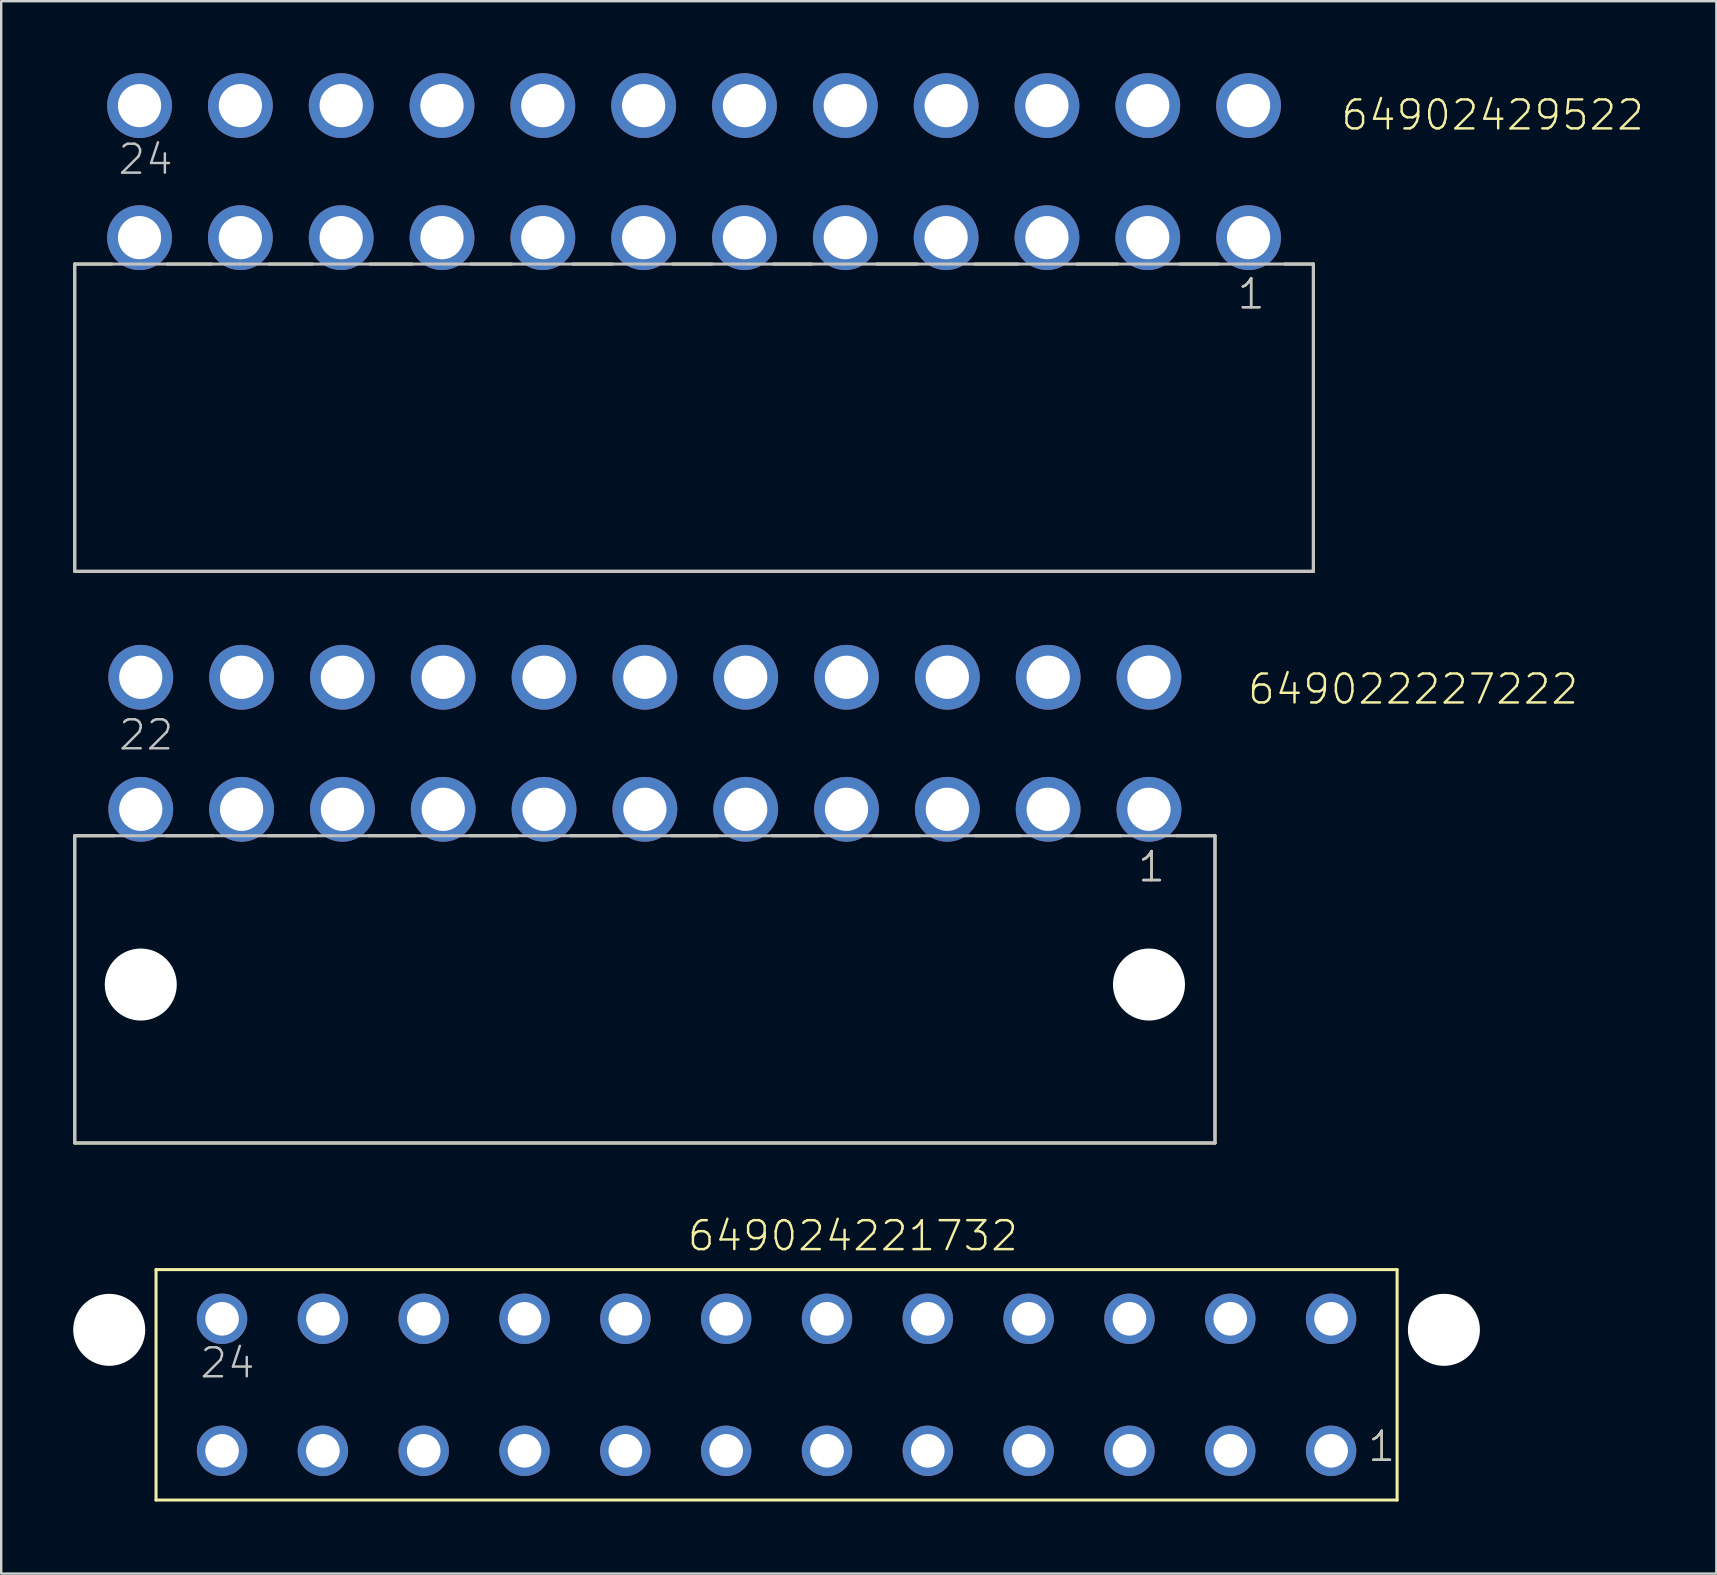
<source format=kicad_pcb>
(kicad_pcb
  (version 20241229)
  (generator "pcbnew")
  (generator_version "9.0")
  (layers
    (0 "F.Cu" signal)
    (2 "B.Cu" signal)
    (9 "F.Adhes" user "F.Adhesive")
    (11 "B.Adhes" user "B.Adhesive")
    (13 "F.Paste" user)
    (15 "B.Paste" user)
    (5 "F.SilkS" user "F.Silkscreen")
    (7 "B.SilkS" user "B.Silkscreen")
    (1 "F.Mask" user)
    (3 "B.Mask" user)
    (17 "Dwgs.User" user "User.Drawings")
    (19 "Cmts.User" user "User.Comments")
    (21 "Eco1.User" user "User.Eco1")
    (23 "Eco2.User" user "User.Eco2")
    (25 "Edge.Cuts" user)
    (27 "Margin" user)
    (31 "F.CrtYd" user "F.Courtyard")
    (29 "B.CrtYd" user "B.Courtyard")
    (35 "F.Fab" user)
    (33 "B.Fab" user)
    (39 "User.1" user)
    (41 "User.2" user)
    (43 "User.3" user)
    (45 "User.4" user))
  (footprint "649022227222"
    (layer "F.Cu")
    (at 23.814 37.964)
    (property "Reference" "649022227222" (at 25.043 -11.6 0) (layer "F.SilkS") (effects (font (size 1.206 1.206) (thickness 0.102)) (justify left bottom)))
    (attr through_hole)
    (fp_line (start -23.75 -6.2) (end -22.1 -6.2) (stroke (width 0.127) (type solid)) (layer "F.SilkS"))
    (fp_line (start -23.75 6.6) (end -23.75 -6.2) (stroke (width 0.127) (type solid)) (layer "F.SilkS"))
    (fp_line (start -19.95 -6.2) (end -17.95 -6.2) (stroke (width 0.127) (type solid)) (layer "F.SilkS"))
    (fp_line (start -15.7 -6.2) (end -13.7 -6.2) (stroke (width 0.127) (type solid)) (layer "F.SilkS"))
    (fp_line (start -11.5 -6.2) (end -9.55 -6.2) (stroke (width 0.127) (type solid)) (layer "F.SilkS"))
    (fp_line (start -7.3 -6.2) (end -5.3 -6.2) (stroke (width 0.127) (type solid)) (layer "F.SilkS"))
    (fp_line (start -3.1 -6.2) (end -1.1 -6.2) (stroke (width 0.127) (type solid)) (layer "F.SilkS"))
    (fp_line (start 1.1 -6.2) (end 3.05 -6.2) (stroke (width 0.127) (type solid)) (layer "F.SilkS"))
    (fp_line (start 5.3 -6.2) (end 7.25 -6.2) (stroke (width 0.127) (type solid)) (layer "F.SilkS"))
    (fp_line (start 9.5 -6.2) (end 11.45 -6.2) (stroke (width 0.127) (type solid)) (layer "F.SilkS"))
    (fp_line (start 13.75 -6.2) (end 15.65 -6.2) (stroke (width 0.127) (type solid)) (layer "F.SilkS"))
    (fp_line (start 17.95 -6.2) (end 19.85 -6.2) (stroke (width 0.127) (type solid)) (layer "F.SilkS"))
    (fp_line (start 22.15 -6.2) (end 23.75 -6.2) (stroke (width 0.127) (type solid)) (layer "F.SilkS"))
    (fp_line (start 23.75 -6.2) (end 23.75 6.6) (stroke (width 0.127) (type solid)) (layer "F.SilkS"))
    (fp_line (start 23.75 6.6) (end -23.75 6.6) (stroke (width 0.127) (type solid)) (layer "F.SilkS"))
    (fp_line (start -23.75 -6.2) (end 23.75 -6.2) (stroke (width 0.127) (type solid)) (layer "Dwgs.User"))
    (fp_line (start -23.75 6.6) (end -23.75 -6.2) (stroke (width 0.127) (type solid)) (layer "Dwgs.User"))
    (fp_line (start 23.75 -6.2) (end 23.75 6.6) (stroke (width 0.127) (type solid)) (layer "Dwgs.User"))
    (fp_line (start 23.75 6.6) (end -23.75 6.6) (stroke (width 0.127) (type solid)) (layer "Dwgs.User"))
    (fp_text user "1" (at 20.465 -4.2 0) (layer "F.SilkS") (effects (font (size 1.206 1.206) (thickness 0.102)) (justify left bottom)))
    (fp_text user "22" (at -21.99 -9.69 0) (layer "Dwgs.User") (effects (font (size 1.206 1.206) (thickness 0.102)) (justify left bottom)))
    (fp_text user "1" (at 20.465 -4.2 0) (layer "Dwgs.User") (effects (font (size 1.206 1.206) (thickness 0.102)) (justify left bottom)))
    (pad "" np_thru_hole circle (at -21 0) (size 3 3) (drill 3) (layers "*.Cu"))
    (pad "" np_thru_hole circle (at 21 0) (size 3 3) (drill 3) (layers "*.Cu"))
    (pad "1" thru_hole circle (at 21 -7.3) (size 2.7 2.7) (drill 1.8) (layers "*.Cu" "*.Mask"))
    (pad "2" thru_hole circle (at 16.8 -7.3) (size 2.7 2.7) (drill 1.8) (layers "*.Cu" "*.Mask"))
    (pad "3" thru_hole circle (at 12.6 -7.3) (size 2.7 2.7) (drill 1.8) (layers "*.Cu" "*.Mask"))
    (pad "4" thru_hole circle (at 8.4 -7.3) (size 2.7 2.7) (drill 1.8) (layers "*.Cu" "*.Mask"))
    (pad "5" thru_hole circle (at 4.2 -7.3) (size 2.7 2.7) (drill 1.8) (layers "*.Cu" "*.Mask"))
    (pad "6" thru_hole circle (at 0 -7.3) (size 2.7 2.7) (drill 1.8) (layers "*.Cu" "*.Mask"))
    (pad "7" thru_hole circle (at -4.2 -7.3) (size 2.7 2.7) (drill 1.8) (layers "*.Cu" "*.Mask"))
    (pad "8" thru_hole circle (at -8.4 -7.3) (size 2.7 2.7) (drill 1.8) (layers "*.Cu" "*.Mask"))
    (pad "9" thru_hole circle (at -12.6 -7.3) (size 2.7 2.7) (drill 1.8) (layers "*.Cu" "*.Mask"))
    (pad "10" thru_hole circle (at -16.8 -7.3) (size 2.7 2.7) (drill 1.8) (layers "*.Cu" "*.Mask"))
    (pad "11" thru_hole circle (at -21 -7.3) (size 2.7 2.7) (drill 1.8) (layers "*.Cu" "*.Mask"))
    (pad "12" thru_hole circle (at 21 -12.8) (size 2.7 2.7) (drill 1.8) (layers "*.Cu" "*.Mask"))
    (pad "13" thru_hole circle (at 16.8 -12.8) (size 2.7 2.7) (drill 1.8) (layers "*.Cu" "*.Mask"))
    (pad "14" thru_hole circle (at 12.6 -12.8) (size 2.7 2.7) (drill 1.8) (layers "*.Cu" "*.Mask"))
    (pad "15" thru_hole circle (at 8.4 -12.8) (size 2.7 2.7) (drill 1.8) (layers "*.Cu" "*.Mask"))
    (pad "16" thru_hole circle (at 4.2 -12.8) (size 2.7 2.7) (drill 1.8) (layers "*.Cu" "*.Mask"))
    (pad "17" thru_hole circle (at 0 -12.8) (size 2.7 2.7) (drill 1.8) (layers "*.Cu" "*.Mask"))
    (pad "18" thru_hole circle (at -4.2 -12.8) (size 2.7 2.7) (drill 1.8) (layers "*.Cu" "*.Mask"))
    (pad "19" thru_hole circle (at -8.4 -12.8) (size 2.7 2.7) (drill 1.8) (layers "*.Cu" "*.Mask"))
    (pad "20" thru_hole circle (at -12.6 -12.8) (size 2.7 2.7) (drill 1.8) (layers "*.Cu" "*.Mask"))
    (pad "21" thru_hole circle (at -16.8 -12.8) (size 2.7 2.7) (drill 1.8) (layers "*.Cu" "*.Mask"))
    (pad "22" thru_hole circle (at -21 -12.8) (size 2.7 2.7) (drill 1.8) (layers "*.Cu" "*.Mask")))
  (footprint "649024221732"
    (layer "F.Cu")
    (at 29.3 54.638)
    (property "Reference" "649024221732" (at -3.78 -5.5 0) (layer "F.SilkS") (effects (font (size 1.206 1.206) (thickness 0.102)) (justify left bottom)))
    (attr through_hole)
    (fp_line (start -25.85 -4.8) (end 25.85 -4.8) (stroke (width 0.127) (type solid)) (layer "F.SilkS"))
    (fp_line (start -25.85 4.8) (end -25.85 -4.8) (stroke (width 0.127) (type solid)) (layer "F.SilkS"))
    (fp_line (start 25.85 -4.8) (end 25.85 4.8) (stroke (width 0.127) (type solid)) (layer "F.SilkS"))
    (fp_line (start 25.85 4.8) (end -25.85 4.8) (stroke (width 0.127) (type solid)) (layer "F.SilkS"))
    (fp_text user "1" (at 24.565 3.275 0) (layer "F.SilkS") (effects (font (size 1.206 1.206) (thickness 0.102)) (justify left bottom)))
    (fp_text user "24" (at -24.09 -0.205 0) (layer "Dwgs.User") (effects (font (size 1.206 1.206) (thickness 0.102)) (justify left bottom)))
    (fp_text user "1" (at 24.565 3.275 0) (layer "Dwgs.User") (effects (font (size 1.206 1.206) (thickness 0.102)) (justify left bottom)))
    (pad "" np_thru_hole circle (at -27.8 -2.29) (size 3 3) (drill 3) (layers "*.Cu"))
    (pad "" np_thru_hole circle (at 27.8 -2.29) (size 3 3) (drill 3) (layers "*.Cu"))
    (pad "1" thru_hole circle (at 23.1 2.75) (size 2.1 2.1) (drill 1.4) (layers "*.Cu" "*.Mask"))
    (pad "2" thru_hole circle (at 18.9 2.75) (size 2.1 2.1) (drill 1.4) (layers "*.Cu" "*.Mask"))
    (pad "3" thru_hole circle (at 14.7 2.75) (size 2.1 2.1) (drill 1.4) (layers "*.Cu" "*.Mask"))
    (pad "4" thru_hole circle (at 10.5 2.75) (size 2.1 2.1) (drill 1.4) (layers "*.Cu" "*.Mask"))
    (pad "5" thru_hole circle (at 6.3 2.75) (size 2.1 2.1) (drill 1.4) (layers "*.Cu" "*.Mask"))
    (pad "6" thru_hole circle (at 2.1 2.75) (size 2.1 2.1) (drill 1.4) (layers "*.Cu" "*.Mask"))
    (pad "7" thru_hole circle (at -2.1 2.75) (size 2.1 2.1) (drill 1.4) (layers "*.Cu" "*.Mask"))
    (pad "8" thru_hole circle (at -6.3 2.75) (size 2.1 2.1) (drill 1.4) (layers "*.Cu" "*.Mask"))
    (pad "9" thru_hole circle (at -10.5 2.75) (size 2.1 2.1) (drill 1.4) (layers "*.Cu" "*.Mask"))
    (pad "10" thru_hole circle (at -14.7 2.75) (size 2.1 2.1) (drill 1.4) (layers "*.Cu" "*.Mask"))
    (pad "11" thru_hole circle (at -18.9 2.75) (size 2.1 2.1) (drill 1.4) (layers "*.Cu" "*.Mask"))
    (pad "12" thru_hole circle (at -23.1 2.75) (size 2.1 2.1) (drill 1.4) (layers "*.Cu" "*.Mask"))
    (pad "13" thru_hole circle (at 23.1 -2.75) (size 2.1 2.1) (drill 1.4) (layers "*.Cu" "*.Mask"))
    (pad "14" thru_hole circle (at 18.9 -2.75) (size 2.1 2.1) (drill 1.4) (layers "*.Cu" "*.Mask"))
    (pad "15" thru_hole circle (at 14.7 -2.75) (size 2.1 2.1) (drill 1.4) (layers "*.Cu" "*.Mask"))
    (pad "16" thru_hole circle (at 10.5 -2.75) (size 2.1 2.1) (drill 1.4) (layers "*.Cu" "*.Mask"))
    (pad "17" thru_hole circle (at 6.3 -2.75) (size 2.1 2.1) (drill 1.4) (layers "*.Cu" "*.Mask"))
    (pad "18" thru_hole circle (at 2.1 -2.75) (size 2.1 2.1) (drill 1.4) (layers "*.Cu" "*.Mask"))
    (pad "19" thru_hole circle (at -2.1 -2.75) (size 2.1 2.1) (drill 1.4) (layers "*.Cu" "*.Mask"))
    (pad "20" thru_hole circle (at -6.3 -2.75) (size 2.1 2.1) (drill 1.4) (layers "*.Cu" "*.Mask"))
    (pad "21" thru_hole circle (at -10.5 -2.75) (size 2.1 2.1) (drill 1.4) (layers "*.Cu" "*.Mask"))
    (pad "22" thru_hole circle (at -14.7 -2.75) (size 2.1 2.1) (drill 1.4) (layers "*.Cu" "*.Mask"))
    (pad "23" thru_hole circle (at -18.9 -2.75) (size 2.1 2.1) (drill 1.4) (layers "*.Cu" "*.Mask"))
    (pad "24" thru_hole circle (at -23.1 -2.75) (size 2.1 2.1) (drill 1.4) (layers "*.Cu" "*.Mask")))
  (footprint "64902429522"
    (layer "F.Cu")
    (at 25.863 4.1)
    (property "Reference" "64902429522" (at 26.883 -1.65 0) (layer "F.SilkS") (effects (font (size 1.206 1.206) (thickness 0.102)) (justify left bottom)))
    (attr through_hole)
    (fp_line (start -25.8 3.85) (end -24.25 3.85) (stroke (width 0.127) (type solid)) (layer "F.SilkS"))
    (fp_line (start -25.8 16.65) (end -25.8 3.85) (stroke (width 0.127) (type solid)) (layer "F.SilkS"))
    (fp_line (start -21.95 3.85) (end -20.1 3.85) (stroke (width 0.127) (type solid)) (layer "F.SilkS"))
    (fp_line (start -17.7 3.85) (end -15.9 3.85) (stroke (width 0.127) (type solid)) (layer "F.SilkS"))
    (fp_line (start -13.5 3.85) (end -11.75 3.85) (stroke (width 0.127) (type solid)) (layer "F.SilkS"))
    (fp_line (start -9.3 3.85) (end -7.6 3.85) (stroke (width 0.127) (type solid)) (layer "F.SilkS"))
    (fp_line (start -5.05 3.85) (end -3.4 3.85) (stroke (width 0.127) (type solid)) (layer "F.SilkS"))
    (fp_line (start -0.9 3.85) (end 0.75 3.85) (stroke (width 0.127) (type solid)) (layer "F.SilkS"))
    (fp_line (start 3.3 3.85) (end 4.9 3.85) (stroke (width 0.127) (type solid)) (layer "F.SilkS"))
    (fp_line (start 7.6 3.85) (end 9.3 3.85) (stroke (width 0.127) (type solid)) (layer "F.SilkS"))
    (fp_line (start 11.7 3.85) (end 13.5 3.85) (stroke (width 0.127) (type solid)) (layer "F.SilkS"))
    (fp_line (start 15.95 3.85) (end 17.65 3.85) (stroke (width 0.127) (type solid)) (layer "F.SilkS"))
    (fp_line (start 20.25 3.85) (end 21.85 3.85) (stroke (width 0.127) (type solid)) (layer "F.SilkS"))
    (fp_line (start 24.6 3.85) (end 25.8 3.85) (stroke (width 0.127) (type solid)) (layer "F.SilkS"))
    (fp_line (start 25.8 3.85) (end 25.8 16.65) (stroke (width 0.127) (type solid)) (layer "F.SilkS"))
    (fp_line (start 25.8 16.65) (end -25.8 16.65) (stroke (width 0.127) (type solid)) (layer "F.SilkS"))
    (fp_line (start -25.8 3.85) (end 25.8 3.85) (stroke (width 0.127) (type solid)) (layer "Dwgs.User"))
    (fp_line (start -25.8 16.65) (end -25.8 3.85) (stroke (width 0.127) (type solid)) (layer "Dwgs.User"))
    (fp_line (start 25.8 3.85) (end 25.8 16.65) (stroke (width 0.127) (type solid)) (layer "Dwgs.User"))
    (fp_line (start 25.8 16.65) (end -25.8 16.65) (stroke (width 0.127) (type solid)) (layer "Dwgs.User"))
    (fp_text user "1" (at 22.565 5.8 0) (layer "F.SilkS") (effects (font (size 1.206 1.206) (thickness 0.102)) (justify left bottom)))
    (fp_text user "1" (at 22.565 5.8 0) (layer "Dwgs.User") (effects (font (size 1.206 1.206) (thickness 0.102)) (justify left bottom)))
    (fp_text user "24" (at -24.065 0.195 0) (layer "Dwgs.User") (effects (font (size 1.206 1.206) (thickness 0.102)) (justify left bottom)))
    (pad "1" thru_hole circle (at 23.1 2.75) (size 2.7 2.7) (drill 1.8) (layers "*.Cu" "*.Mask"))
    (pad "2" thru_hole circle (at 18.9 2.75) (size 2.7 2.7) (drill 1.8) (layers "*.Cu" "*.Mask"))
    (pad "3" thru_hole circle (at 14.7 2.75) (size 2.7 2.7) (drill 1.8) (layers "*.Cu" "*.Mask"))
    (pad "4" thru_hole circle (at 10.5 2.75) (size 2.7 2.7) (drill 1.8) (layers "*.Cu" "*.Mask"))
    (pad "5" thru_hole circle (at 6.3 2.75) (size 2.7 2.7) (drill 1.8) (layers "*.Cu" "*.Mask"))
    (pad "6" thru_hole circle (at 2.1 2.75) (size 2.7 2.7) (drill 1.8) (layers "*.Cu" "*.Mask"))
    (pad "7" thru_hole circle (at -2.1 2.75) (size 2.7 2.7) (drill 1.8) (layers "*.Cu" "*.Mask"))
    (pad "8" thru_hole circle (at -6.3 2.75) (size 2.7 2.7) (drill 1.8) (layers "*.Cu" "*.Mask"))
    (pad "9" thru_hole circle (at -10.5 2.75) (size 2.7 2.7) (drill 1.8) (layers "*.Cu" "*.Mask"))
    (pad "10" thru_hole circle (at -14.7 2.75) (size 2.7 2.7) (drill 1.8) (layers "*.Cu" "*.Mask"))
    (pad "11" thru_hole circle (at -18.9 2.75) (size 2.7 2.7) (drill 1.8) (layers "*.Cu" "*.Mask"))
    (pad "12" thru_hole circle (at -23.1 2.75) (size 2.7 2.7) (drill 1.8) (layers "*.Cu" "*.Mask"))
    (pad "13" thru_hole circle (at 23.1 -2.75) (size 2.7 2.7) (drill 1.8) (layers "*.Cu" "*.Mask"))
    (pad "14" thru_hole circle (at 18.9 -2.75) (size 2.7 2.7) (drill 1.8) (layers "*.Cu" "*.Mask"))
    (pad "15" thru_hole circle (at 14.7 -2.75) (size 2.7 2.7) (drill 1.8) (layers "*.Cu" "*.Mask"))
    (pad "16" thru_hole circle (at 10.5 -2.75) (size 2.7 2.7) (drill 1.8) (layers "*.Cu" "*.Mask"))
    (pad "17" thru_hole circle (at 6.3 -2.75) (size 2.7 2.7) (drill 1.8) (layers "*.Cu" "*.Mask"))
    (pad "18" thru_hole circle (at 2.1 -2.75) (size 2.7 2.7) (drill 1.8) (layers "*.Cu" "*.Mask"))
    (pad "19" thru_hole circle (at -2.1 -2.75) (size 2.7 2.7) (drill 1.8) (layers "*.Cu" "*.Mask"))
    (pad "20" thru_hole circle (at -6.3 -2.75) (size 2.7 2.7) (drill 1.8) (layers "*.Cu" "*.Mask"))
    (pad "21" thru_hole circle (at -10.5 -2.75) (size 2.7 2.7) (drill 1.8) (layers "*.Cu" "*.Mask"))
    (pad "22" thru_hole circle (at -14.7 -2.75) (size 2.7 2.7) (drill 1.8) (layers "*.Cu" "*.Mask"))
    (pad "23" thru_hole circle (at -18.9 -2.75) (size 2.7 2.7) (drill 1.8) (layers "*.Cu" "*.Mask"))
    (pad "24" thru_hole circle (at -23.1 -2.75) (size 2.7 2.7) (drill 1.8) (layers "*.Cu" "*.Mask")))
  (gr_rect
    (start -3 -3)
    (end 68.449 62.502)
    (stroke (width 0.1) (type default))
    (fill no)
    (layer "Edge.Cuts")))
</source>
